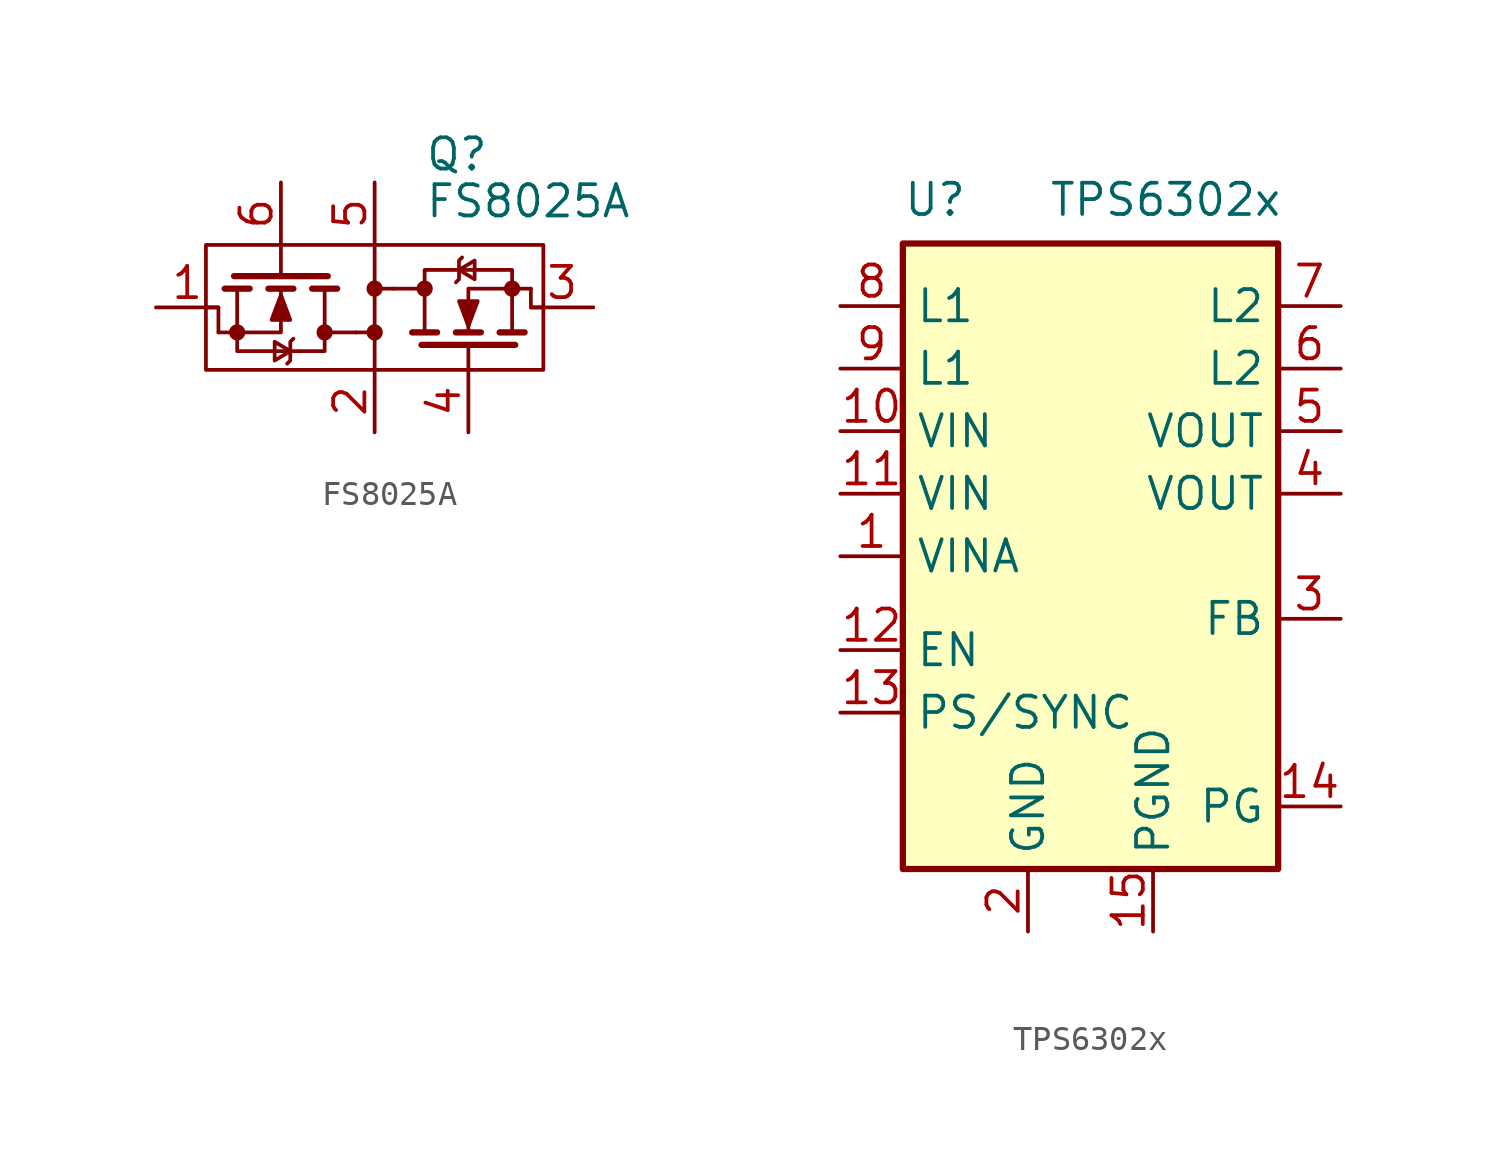
<source format=kicad_sym>
(kicad_symbol_lib
  (version 20231120)
  (generator "kicad_symbol_editor")
  (generator_version "8.0")
  (symbol "FS8025A"
    (pin_names hide)
    (property "Reference" "Q"
      (at 2.032 6.223 0)
      (effects (font (size 1.27 1.27)) (justify left)))
    (property "Value" "FS8025A"
      (at 2.032 4.318 0)
      (effects (font (size 1.27 1.27)) (justify left)))
    (symbol "FS8025A_0_1"
      (rectangle (start -6.858 2.54) (end 6.858 -2.54) (stroke (width 0) (type default)) (fill (type none)))
      (circle (center -5.588 -1.016) (radius 0.254) (stroke (width 0) (type default)) (fill (type outline)))
      (circle (center -2.032 -1.016) (radius 0.254) (stroke (width 0) (type default)) (fill (type outline)))
      (circle (center 0 -1.016) (radius 0.254) (stroke (width 0) (type default)) (fill (type outline)))
      (polyline (pts (xy -5.08 0.762) (xy -6.096 0.762)) (stroke (width 0.254) (type default)) (fill (type none)))
      (polyline (pts (xy -3.81 1.27) (xy -3.81 2.54)) (stroke (width 0) (type default)) (fill (type none)))
      (polyline (pts (xy -3.302 0.762) (xy -4.318 0.762)) (stroke (width 0.254) (type default)) (fill (type none)))
      (polyline (pts (xy -1.905 1.27) (xy -5.715 1.27)) (stroke (width 0.254) (type default)) (fill (type none)))
      (polyline (pts (xy -1.524 0.762) (xy -2.54 0.762)) (stroke (width 0.254) (type default)) (fill (type none)))
      (polyline (pts (xy -0.762 -1.016) (xy -2.032 -1.016)) (stroke (width 0) (type default)) (fill (type none)))
      (polyline (pts (xy 0 -1.016) (xy 0 -2.54)) (stroke (width 0) (type default)) (fill (type none)))
      (polyline (pts (xy 0 2.54) (xy 0 0.762)) (stroke (width 0) (type default)) (fill (type none)))
      (polyline (pts (xy 0.762 0.762) (xy 2.032 0.762)) (stroke (width 0) (type default)) (fill (type none)))
      (polyline (pts (xy 1.524 -1.016) (xy 2.54 -1.016)) (stroke (width 0.254) (type default)) (fill (type none)))
      (polyline (pts (xy 1.905 -1.524) (xy 5.715 -1.524)) (stroke (width 0.254) (type default)) (fill (type none)))
      (polyline (pts (xy 3.302 -1.016) (xy 4.318 -1.016)) (stroke (width 0.254) (type default)) (fill (type none)))
      (polyline (pts (xy 3.81 -1.524) (xy 3.81 -2.54)) (stroke (width 0) (type default)) (fill (type none)))
      (polyline (pts (xy 5.08 -1.016) (xy 6.096 -1.016)) (stroke (width 0.254) (type default)) (fill (type none)))
      (polyline (pts (xy 6.35 0.762) (xy 6.35 0)) (stroke (width 0) (type default)) (fill (type none)))
      (polyline (pts (xy 6.858 0) (xy 6.35 0)) (stroke (width 0) (type default)) (fill (type none)))
      (polyline (pts (xy -6.35 -1.016) (xy -6.35 0) (xy -6.858 0)) (stroke (width 0) (type default)) (fill (type none)))
      (polyline (pts (xy -6.35 -1.016) (xy -3.81 -1.016) (xy -3.81 0.762)) (stroke (width 0) (type default)) (fill (type none)))
      (polyline (pts (xy 6.35 0.762) (xy 3.81 0.762) (xy 3.81 -1.016)) (stroke (width 0) (type default)) (fill (type none)))
      (polyline (pts (xy -5.588 0.762) (xy -5.588 -1.778) (xy -2.032 -1.778) (xy -2.032 0.762)) (stroke (width 0) (type default)) (fill (type none)))
      (polyline (pts (xy -3.81 0.508) (xy -3.429 -0.508) (xy -4.191 -0.508) (xy -3.81 0.508)) (stroke (width 0) (type default)) (fill (type outline)))
      (polyline (pts (xy -3.429 -1.778) (xy -4.064 -1.397) (xy -4.064 -2.159) (xy -3.429 -1.778)) (stroke (width 0) (type default)) (fill (type none)))
      (polyline (pts (xy -3.302 -1.27) (xy -3.429 -1.397) (xy -3.429 -2.159) (xy -3.556 -2.286)) (stroke (width 0) (type default)) (fill (type none)))
      (polyline (pts (xy 3.302 1.016) (xy 3.429 1.143) (xy 3.429 1.905) (xy 3.556 2.032)) (stroke (width 0) (type default)) (fill (type none)))
      (polyline (pts (xy 3.429 1.524) (xy 4.064 1.143) (xy 4.064 1.905) (xy 3.429 1.524)) (stroke (width 0) (type default)) (fill (type none)))
      (polyline (pts (xy 3.81 -0.762) (xy 3.429 0.254) (xy 4.191 0.254) (xy 3.81 -0.762)) (stroke (width 0) (type default)) (fill (type outline)))
      (polyline (pts (xy 5.588 -1.016) (xy 5.588 1.524) (xy 2.032 1.524) (xy 2.032 -1.016)) (stroke (width 0) (type default)) (fill (type none)))
      (polyline (pts (xy 0.762 0.762) (xy 0.254 0.762) (xy 0 0.762) (xy 0 -1.016) (xy -0.762 -1.016)) (stroke (width 0) (type default)) (fill (type none)))
      (circle (center 0 0.762) (radius 0.254) (stroke (width 0) (type default)) (fill (type outline)))
      (circle (center 2.032 0.762) (radius 0.254) (stroke (width 0) (type default)) (fill (type outline)))
      (circle (center 5.588 0.762) (radius 0.254) (stroke (width 0) (type default)) (fill (type outline))))
    (symbol "FS8025A_1_0"
      (pin passive line (at -8.89 0 0) (length 2.54) (name "S1" (effects (font (size 1.27 1.27)))) (number "1" (effects (font (size 1.27 1.27))))))
    (symbol "FS8025A_1_1"
      (pin passive line (at 0 -5.08 90) (length 2.54) (name "D1/D2" (effects (font (size 1.27 1.27)))) (number "2" (effects (font (size 1.27 1.27)))))
      (pin passive line (at 8.89 0 180) (length 2.54) (name "S2" (effects (font (size 1.27 1.27)))) (number "3" (effects (font (size 1.27 1.27)))))
      (pin input line (at 3.81 -5.08 90) (length 2.54) (name "G2" (effects (font (size 1.27 1.27)))) (number "4" (effects (font (size 1.27 1.27)))))
      (pin passive line (at 0 5.08 270) (length 2.54) (name "D1/D2" (effects (font (size 1.27 1.27)))) (number "5" (effects (font (size 1.27 1.27)))))
      (pin input line (at -3.81 5.08 270) (length 2.54) (name "G1" (effects (font (size 1.27 1.27)))) (number "6" (effects (font (size 1.27 1.27)))))))
  (symbol "TPS6302x"
    (property "Reference" "U"
      (at -7.62 19.558 0)
      (effects (font (size 1.27 1.27)) (justify left)))
    (property "Value" "TPS6302x"
      (at 3.048 19.558 0)
      (effects (font (size 1.27 1.27))))
    (symbol "TPS6302x_0_1"
      (rectangle (start -7.62 17.78) (end 7.62 -7.62) (stroke (width 0.254) (type default)) (fill (type background))))
    (symbol "TPS6302x_1_1"
      (pin power_in line (at -10.16 5.08 0) (length 2.54) (name "VINA" (effects (font (size 1.27 1.27)))) (number "1" (effects (font (size 1.27 1.27)))))
      (pin power_in line (at -10.16 10.16 0) (length 2.54) (name "VIN" (effects (font (size 1.27 1.27)))) (number "10" (effects (font (size 1.27 1.27)))))
      (pin power_in line (at -10.16 7.62 0) (length 2.54) (name "VIN" (effects (font (size 1.27 1.27)))) (number "11" (effects (font (size 1.27 1.27)))))
      (pin input line (at -10.16 1.27 0) (length 2.54) (name "EN" (effects (font (size 1.27 1.27)))) (number "12" (effects (font (size 1.27 1.27)))))
      (pin input line (at -10.16 -1.27 0) (length 2.54) (name "PS/SYNC" (effects (font (size 1.27 1.27)))) (number "13" (effects (font (size 1.27 1.27)))))
      (pin input line (at 10.16 -5.08 180) (length 2.54) (name "PG" (effects (font (size 1.27 1.27)))) (number "14" (effects (font (size 1.27 1.27)))))
      (pin power_in line (at 2.54 -10.16 90) (length 2.54) (name "PGND" (effects (font (size 1.27 1.27)))) (number "15" (effects (font (size 1.27 1.27)))))
      (pin power_in line (at -2.54 -10.16 90) (length 2.54) (name "GND" (effects (font (size 1.27 1.27)))) (number "2" (effects (font (size 1.27 1.27)))))
      (pin input line (at 10.16 2.54 180) (length 2.54) (name "FB" (effects (font (size 1.27 1.27)))) (number "3" (effects (font (size 1.27 1.27)))))
      (pin power_out line (at 10.16 7.62 180) (length 2.54) (name "VOUT" (effects (font (size 1.27 1.27)))) (number "4" (effects (font (size 1.27 1.27)))))
      (pin power_out line (at 10.16 10.16 180) (length 2.54) (name "VOUT" (effects (font (size 1.27 1.27)))) (number "5" (effects (font (size 1.27 1.27)))))
      (pin input line (at 10.16 12.7 180) (length 2.54) (name "L2" (effects (font (size 1.27 1.27)))) (number "6" (effects (font (size 1.27 1.27)))))
      (pin input line (at 10.16 15.24 180) (length 2.54) (name "L2" (effects (font (size 1.27 1.27)))) (number "7" (effects (font (size 1.27 1.27)))))
      (pin input line (at -10.16 15.24 0) (length 2.54) (name "L1" (effects (font (size 1.27 1.27)))) (number "8" (effects (font (size 1.27 1.27)))))
      (pin input line (at -10.16 12.7 0) (length 2.54) (name "L1" (effects (font (size 1.27 1.27)))) (number "9" (effects (font (size 1.27 1.27))))))))
</source>
